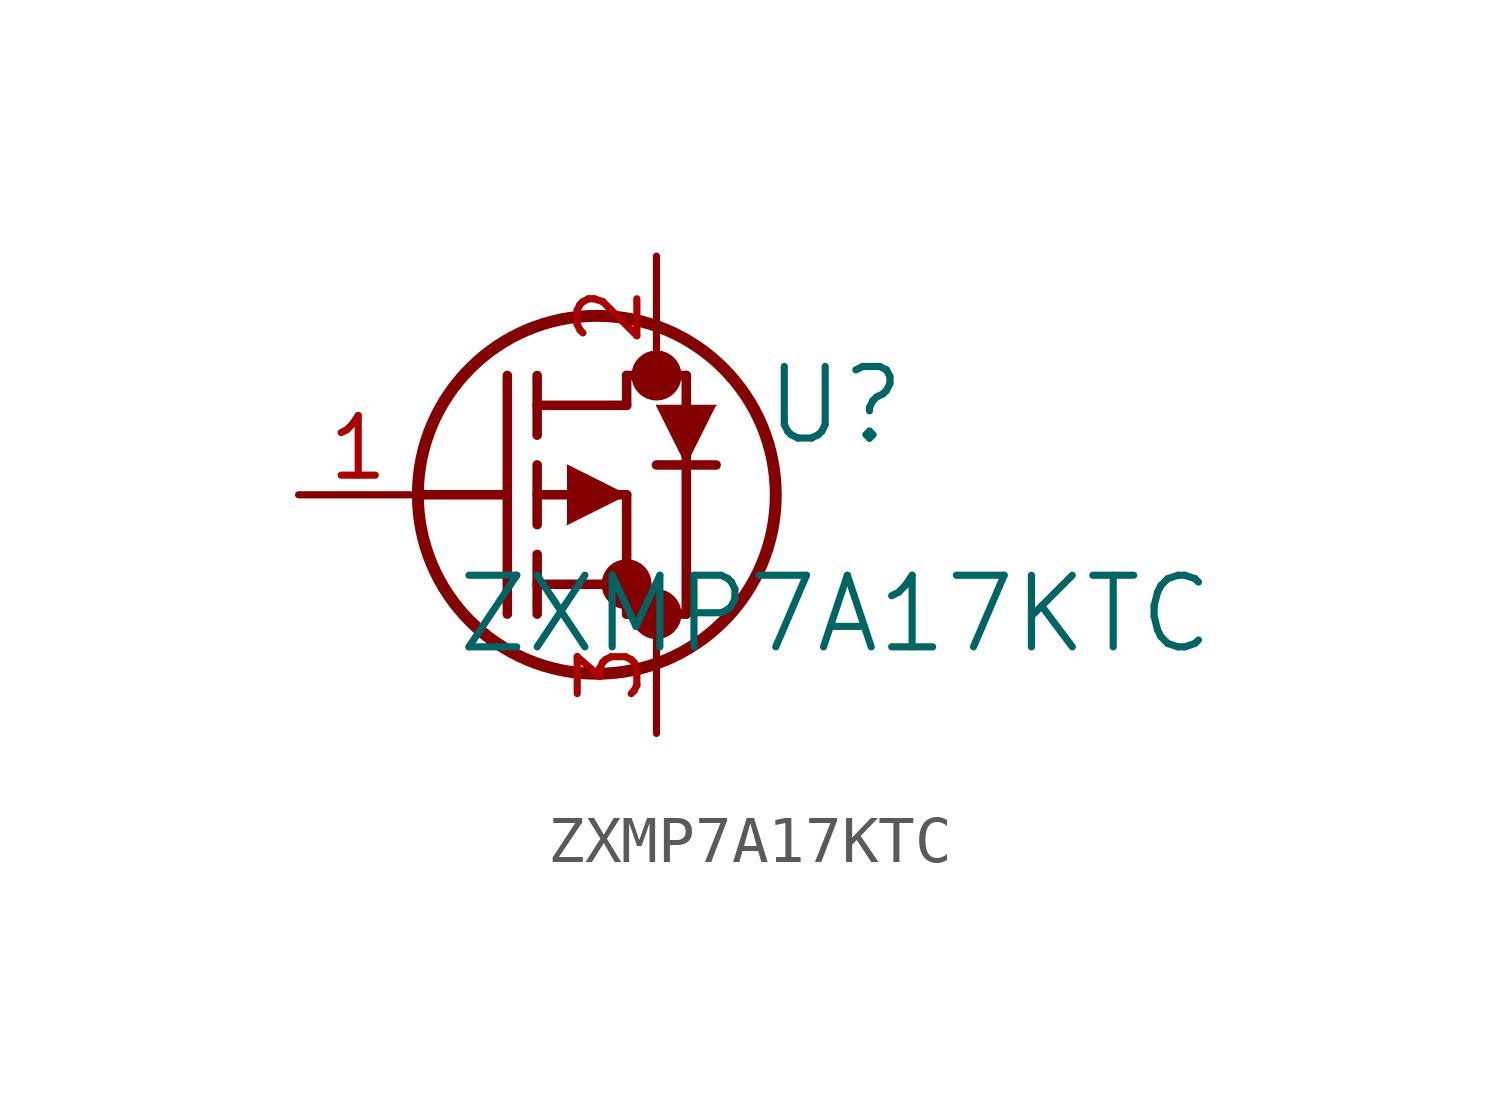
<source format=kicad_sym>
(kicad_symbol_lib
  (version 20220914)
  (generator kicad_symbol_editor)
  (symbol "ZXMP7A17KTC"
    (pin_names
      (offset 0.254))
    (property "Reference" "U"
      (at 11.43 1.905 0)
      (effects (font (size 1.524 1.524))))
    (property "Value" "ZXMP7A17KTC"
      (at 11.43 -2.54 0)
      (effects (font (size 1.524 1.524))))
    (property "ki_locked" ""
      (at 0 0 0)
      (effects (font (size 1.27 1.27))))
    (symbol "ZXMP7A17KTC_0_1"
      (polyline (pts (xy 2.54 0) (xy 4.445 0)) (stroke (width 0.203) (type default)) (fill (type none)))
      (polyline (pts (xy 4.445 -2.54) (xy 4.445 2.54)) (stroke (width 0.203) (type default)) (fill (type none)))
      (polyline (pts (xy 5.08 -2.54) (xy 5.08 -1.27)) (stroke (width 0.203) (type default)) (fill (type none)))
      (polyline (pts (xy 5.08 -1.905) (xy 6.985 -1.905)) (stroke (width 0.203) (type default)) (fill (type none)))
      (polyline (pts (xy 5.08 -0.635) (xy 5.08 0.635)) (stroke (width 0.203) (type default)) (fill (type none)))
      (polyline (pts (xy 5.08 0) (xy 6.985 0)) (stroke (width 0.203) (type default)) (fill (type none)))
      (polyline (pts (xy 5.08 1.27) (xy 5.08 2.54)) (stroke (width 0.203) (type default)) (fill (type none)))
      (polyline (pts (xy 5.08 1.905) (xy 6.985 1.905)) (stroke (width 0.203) (type default)) (fill (type none)))
      (polyline (pts (xy 6.985 -2.54) (xy 6.985 0)) (stroke (width 0.203) (type default)) (fill (type none)))
      (polyline (pts (xy 6.985 -2.54) (xy 8.255 -2.54)) (stroke (width 0.203) (type default)) (fill (type none)))
      (polyline (pts (xy 6.985 1.905) (xy 6.985 2.54)) (stroke (width 0.203) (type default)) (fill (type none)))
      (polyline (pts (xy 6.985 2.54) (xy 8.255 2.54)) (stroke (width 0.203) (type default)) (fill (type none)))
      (polyline (pts (xy 8.255 -2.54) (xy 8.255 0.635)) (stroke (width 0.203) (type default)) (fill (type none)))
      (polyline (pts (xy 8.255 0.635) (xy 8.255 2.54)) (stroke (width 0.203) (type default)) (fill (type none)))
      (polyline (pts (xy 8.89 0.635) (xy 7.62 0.635)) (stroke (width 0.203) (type default)) (fill (type none)))
      (polyline (pts (xy 5.715 0.635) (xy 6.985 0) (xy 5.715 -0.635)) (stroke (width 0.025) (type default)) (fill (type outline)))
      (polyline (pts (xy 8.89 1.905) (xy 7.62 1.905) (xy 8.255 0.635)) (stroke (width 0.025) (type default)) (fill (type outline)))
      (circle (center 6.35 0) (radius 3.81) (stroke (width 0.254) (type default)) (fill (type none)))
      (circle (center 6.985 -1.905) (radius 0.025) (stroke (width 0.508) (type default)) (fill (type none)))
      (circle (center 7.62 -2.54) (radius 0.025) (stroke (width 0.508) (type default)) (fill (type none)))
      (circle (center 7.62 2.54) (radius 0.025) (stroke (width 0.508) (type default)) (fill (type none))))
    (symbol "ZXMP7A17KTC_1_1"
      (pin power_out line (at 0 0 0) (length 2.54) (name "" (effects (font (size 1.27 1.27)))) (number "1" (effects (font (size 1.27 1.27)))))
      (pin output line (at 7.62 5.08 270) (length 2.54) (name "" (effects (font (size 1.27 1.27)))) (number "2" (effects (font (size 1.27 1.27)))))
      (pin input line (at 7.62 -5.08 90) (length 2.54) (name "" (effects (font (size 1.27 1.27)))) (number "3" (effects (font (size 1.27 1.27))))))))
</source>
